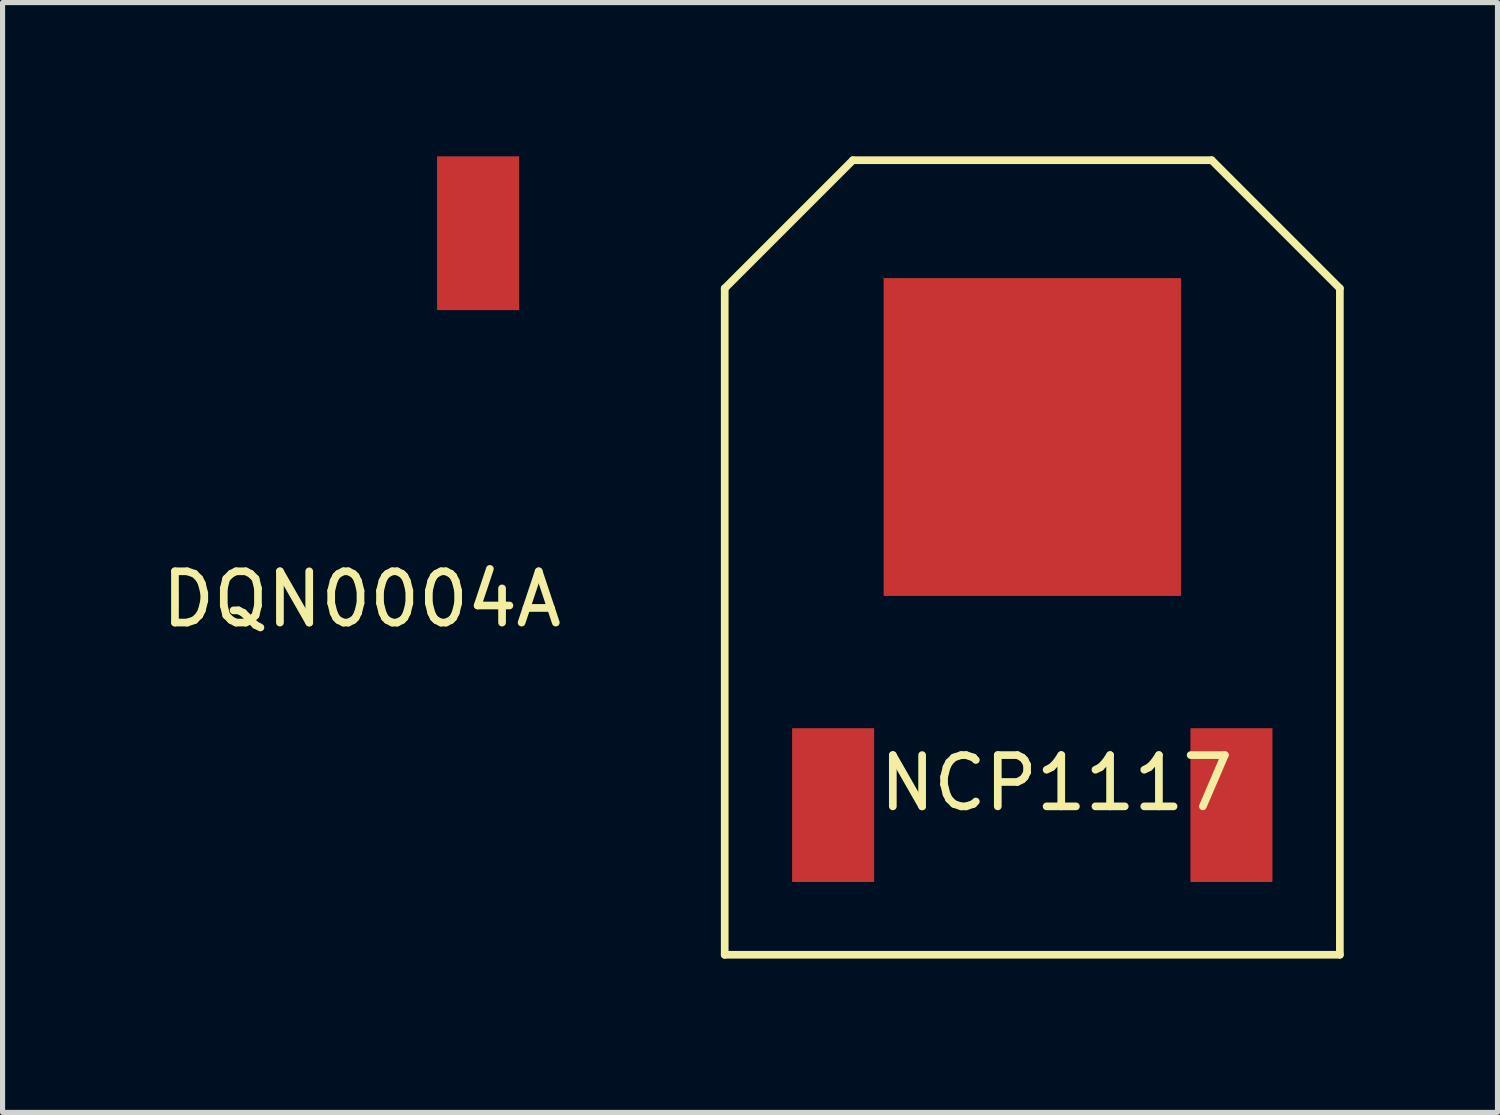
<source format=kicad_pcb>
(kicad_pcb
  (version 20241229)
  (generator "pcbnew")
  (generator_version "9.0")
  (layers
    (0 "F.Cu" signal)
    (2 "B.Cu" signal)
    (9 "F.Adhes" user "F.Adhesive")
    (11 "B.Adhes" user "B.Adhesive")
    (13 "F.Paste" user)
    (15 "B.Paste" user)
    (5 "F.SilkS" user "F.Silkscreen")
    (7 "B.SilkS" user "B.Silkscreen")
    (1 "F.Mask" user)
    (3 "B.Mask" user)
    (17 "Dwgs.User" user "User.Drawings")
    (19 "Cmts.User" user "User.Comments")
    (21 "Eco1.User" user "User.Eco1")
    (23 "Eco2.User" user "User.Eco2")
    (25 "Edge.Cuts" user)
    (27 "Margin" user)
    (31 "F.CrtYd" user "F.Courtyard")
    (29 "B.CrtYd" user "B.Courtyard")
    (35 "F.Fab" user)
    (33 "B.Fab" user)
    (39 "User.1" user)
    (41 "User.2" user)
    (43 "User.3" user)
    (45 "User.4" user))
  (footprint "NCP1117"
    (layer "F.Cu")
    (at 17.087 8.575)
    (property "Reference" "NCP1117" (at 0.47 3.65 0) (layer "F.SilkS") (effects (font (size 1 1) (thickness 0.15))))
    (attr through_hole)
    (fp_line (start -6 -6) (end -3.5 -8.5) (stroke (width 0.15) (type solid)) (layer "F.SilkS"))
    (fp_line (start -6 7) (end -6 -6) (stroke (width 0.15) (type solid)) (layer "F.SilkS"))
    (fp_line (start -3.5 -8.5) (end 3.5 -8.5) (stroke (width 0.15) (type solid)) (layer "F.SilkS"))
    (fp_line (start 3.5 -8.5) (end 6 -6) (stroke (width 0.15) (type solid)) (layer "F.SilkS"))
    (fp_line (start 6 -6) (end 6 7) (stroke (width 0.15) (type solid)) (layer "F.SilkS"))
    (fp_line (start 6 7) (end -6 7) (stroke (width 0.15) (type solid)) (layer "F.SilkS"))
    (pad "1" smd rect (at -3.885 4.08) (size 1.6 3) (layers "F.Cu" "F.Mask" "F.Paste"))
    (pad "2" smd rect (at 0 -3.1) (size 5.8 6.2) (layers "F.Cu" "F.Mask" "F.Paste"))
    (pad "3" smd rect (at 3.885 4.08) (size 1.6 3) (layers "F.Cu" "F.Mask" "F.Paste")))
  (footprint "DQN0004A"
    (layer "F.Cu")
    (at 3.946 3.75)
    (property "Reference" "DQN0004A" (at 0.06 4.89 0) (layer "F.SilkS") (effects (font (size 1 1) (thickness 0.15))))
    (attr through_hole)
    (pad "2" smd rect (at 2.33 -2.25) (size 1.6 3) (layers "F.Cu" "F.Mask" "F.Paste")))
  (gr_rect
    (start -3 -3)
    (end 26.162 18.65)
    (stroke (width 0.1) (type default))
    (fill no)
    (layer "Edge.Cuts")))
</source>
